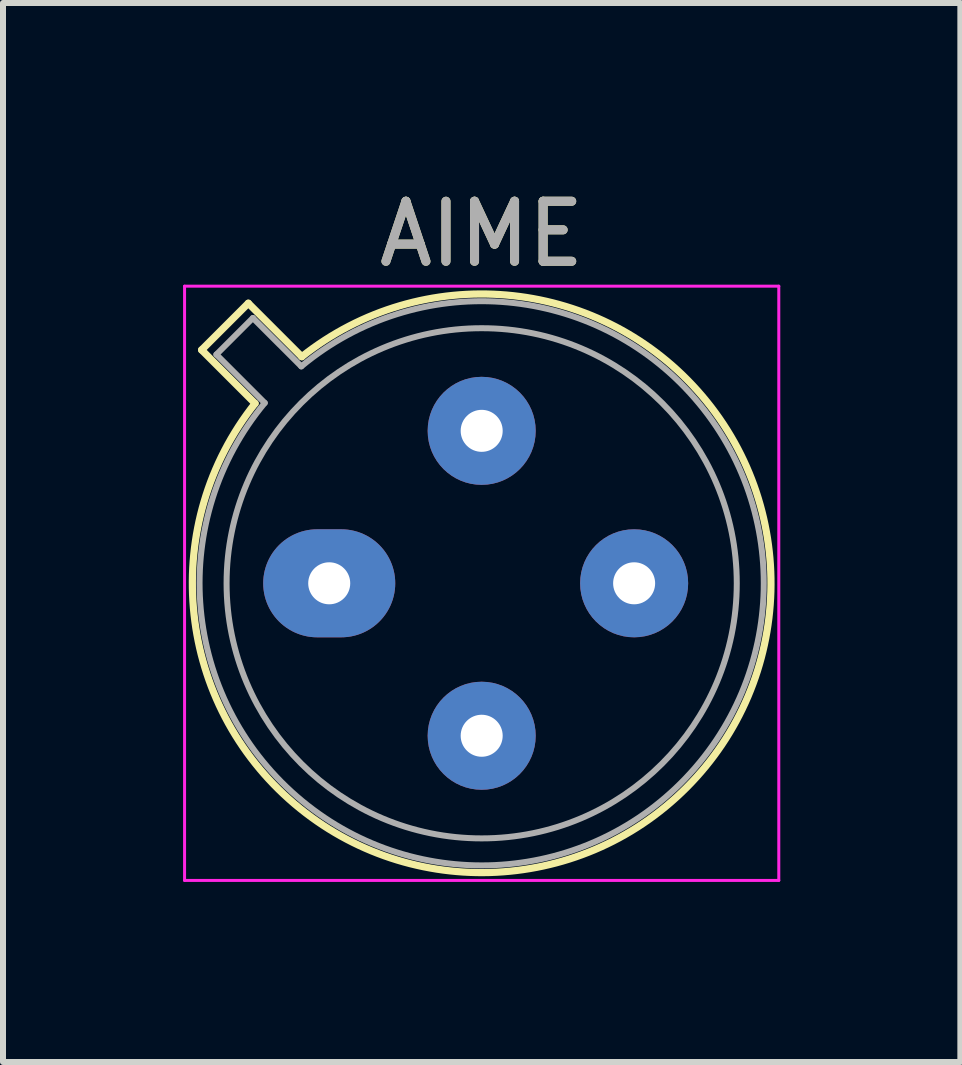
<source format=kicad_pcb>
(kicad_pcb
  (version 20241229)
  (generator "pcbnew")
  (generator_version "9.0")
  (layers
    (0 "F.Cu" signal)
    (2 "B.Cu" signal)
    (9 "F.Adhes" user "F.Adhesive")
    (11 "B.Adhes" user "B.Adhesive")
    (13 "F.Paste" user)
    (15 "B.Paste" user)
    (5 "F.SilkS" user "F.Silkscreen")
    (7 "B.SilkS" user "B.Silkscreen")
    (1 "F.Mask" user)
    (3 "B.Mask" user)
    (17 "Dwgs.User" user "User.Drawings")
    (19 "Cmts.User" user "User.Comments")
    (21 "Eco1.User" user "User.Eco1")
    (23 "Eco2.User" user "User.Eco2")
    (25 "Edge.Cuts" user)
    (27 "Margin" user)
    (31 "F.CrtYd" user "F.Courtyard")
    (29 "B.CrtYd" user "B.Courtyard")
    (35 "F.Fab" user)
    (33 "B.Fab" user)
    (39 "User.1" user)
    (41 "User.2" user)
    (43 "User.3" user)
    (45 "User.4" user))
  (footprint "AIME"
    (layer "F.Cu")
    (at 2.435 6.668)
    (property "Reference" "AIME" (at 2.54 -5.82 0) (layer "F.SilkS") (effects (font (size 1 1) (thickness 0.15))))
    (attr through_hole)
    (fp_line (start -2.126 -3.888) (end -1.235 -2.997) (stroke (width 0.12) (type solid)) (layer "F.SilkS"))
    (fp_line (start -1.348 -4.666) (end -2.126 -3.888) (stroke (width 0.12) (type solid)) (layer "F.SilkS"))
    (fp_line (start -0.457 -3.775) (end -1.348 -4.666) (stroke (width 0.12) (type solid)) (layer "F.SilkS"))
    (fp_arc (start -0.457084 -3.774902) (mid 5.948125 3.408384) (end -1.234674 -2.997371) (stroke (width 0.12) (type solid)) (layer "F.SilkS"))
    (fp_line (start -2.41 -4.95) (end -2.41 4.95) (stroke (width 0.05) (type solid)) (layer "F.CrtYd"))
    (fp_line (start -2.41 4.95) (end 7.49 4.95) (stroke (width 0.05) (type solid)) (layer "F.CrtYd"))
    (fp_line (start 7.49 -4.95) (end -2.41 -4.95) (stroke (width 0.05) (type solid)) (layer "F.CrtYd"))
    (fp_line (start 7.49 4.95) (end 7.49 -4.95) (stroke (width 0.05) (type solid)) (layer "F.CrtYd"))
    (fp_line (start -1.88 -3.812) (end -1.074 -3.005) (stroke (width 0.1) (type solid)) (layer "F.Fab"))
    (fp_line (start -1.272 -4.42) (end -1.88 -3.812) (stroke (width 0.1) (type solid)) (layer "F.Fab"))
    (fp_line (start -0.465 -3.614) (end -1.272 -4.42) (stroke (width 0.1) (type solid)) (layer "F.Fab"))
    (fp_arc (start -0.465408 -3.61352) (mid 5.863443 3.323361) (end -1.073594 -3.005319) (stroke (width 0.1) (type solid)) (layer "F.Fab"))
    (fp_circle (center 2.54 0) (end 6.79 0) (stroke (width 0.1) (type solid)) (fill no) (layer "F.Fab"))
    (fp_text user "${REFERENCE}" (at 2.54 -5.82 0) (layer "F.Fab") (effects (font (size 1 1) (thickness 0.15))))
    (pad "1" thru_hole oval (at 0 0) (size 2.2 1.8) (drill 0.7) (layers "*.Cu" "*.Mask"))
    (pad "2" thru_hole oval (at 2.54 2.54) (size 1.8 1.8) (drill 0.7) (layers "*.Cu" "*.Mask"))
    (pad "3" thru_hole oval (at 5.08 0) (size 1.8 1.8) (drill 0.7) (layers "*.Cu" "*.Mask"))
    (pad "4" thru_hole oval (at 2.54 -2.54) (size 1.8 1.8) (drill 0.7) (layers "*.Cu" "*.Mask")))
  (gr_rect
    (start -3 -3)
    (end 12.95 14.643)
    (stroke (width 0.1) (type default))
    (fill no)
    (layer "Edge.Cuts")))
</source>
